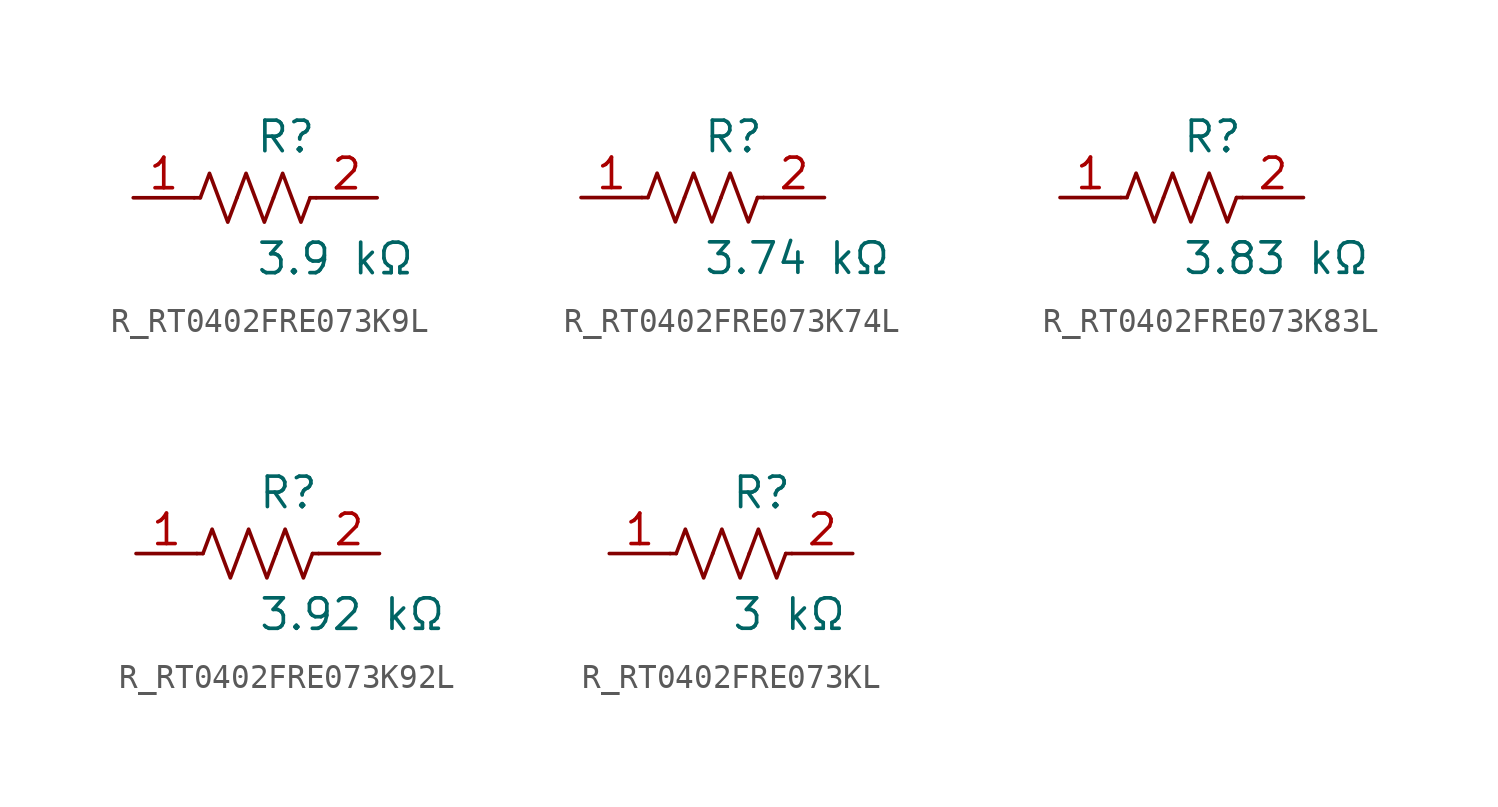
<source format=kicad_sym>
(kicad_symbol_lib
  (version 20231120)
  (generator kicad_symbol_editor)
  (generator_version 8.0)
  (symbol "R_RT0402FRE073K9L"
    (pin_names
      (offset 0.254))
    (property "Reference" "R"
      (at 0.0 2.54 0)
      (effects (font (size 1.27 1.27)) (justify left)))
    (property "Value" "3.9 kΩ"
      (at 0.0 -2.54 0)
      (effects (font (size 1.27 1.27)) (justify left)))
    (symbol "R_RT0402FRE073K9L_0_1"
      (polyline (pts (xy 2.286 0) (xy 2.54 0)) (stroke (width 0) (type default)) (fill (type none)))
      (polyline (pts (xy -2.286 0) (xy -2.54 0)) (stroke (width 0) (type default)) (fill (type none)))
      (polyline (pts (xy 0.762 0) (xy 1.143 1.016) (xy 1.524 0) (xy 1.905 -1.016) (xy 2.286 0)) (stroke (width 0) (type default)) (fill (type none)))
      (polyline (pts (xy -0.762 0) (xy -0.381 1.016) (xy 0 0) (xy 0.381 -1.016) (xy 0.762 0)) (stroke (width 0) (type default)) (fill (type none)))
      (polyline (pts (xy -2.286 0) (xy -1.905 1.016) (xy -1.524 0) (xy -1.143 -1.016) (xy -0.762 0)) (stroke (width 0) (type default)) (fill (type none))))
    (pin unspecified line
      (at -5.08 0 0)
      (length 2.54)
      (name "" (effects (font (size 1.27 1.27))))
      (number "1" (effects (font (size 1.27 1.27)))))
    (pin unspecified line
      (at 5.08 0 180)
      (length 2.54)
      (name "" (effects (font (size 1.27 1.27))))
      (number "2" (effects (font (size 1.27 1.27))))))
  (symbol "R_RT0402FRE073K74L"
    (pin_names
      (offset 0.254))
    (property "Reference" "R"
      (at 0.0 2.54 0)
      (effects (font (size 1.27 1.27)) (justify left)))
    (property "Value" "3.74 kΩ"
      (at 0.0 -2.54 0)
      (effects (font (size 1.27 1.27)) (justify left)))
    (symbol "R_RT0402FRE073K74L_0_1"
      (polyline (pts (xy 2.286 0) (xy 2.54 0)) (stroke (width 0) (type default)) (fill (type none)))
      (polyline (pts (xy -2.286 0) (xy -2.54 0)) (stroke (width 0) (type default)) (fill (type none)))
      (polyline (pts (xy 0.762 0) (xy 1.143 1.016) (xy 1.524 0) (xy 1.905 -1.016) (xy 2.286 0)) (stroke (width 0) (type default)) (fill (type none)))
      (polyline (pts (xy -0.762 0) (xy -0.381 1.016) (xy 0 0) (xy 0.381 -1.016) (xy 0.762 0)) (stroke (width 0) (type default)) (fill (type none)))
      (polyline (pts (xy -2.286 0) (xy -1.905 1.016) (xy -1.524 0) (xy -1.143 -1.016) (xy -0.762 0)) (stroke (width 0) (type default)) (fill (type none))))
    (pin unspecified line
      (at -5.08 0 0)
      (length 2.54)
      (name "" (effects (font (size 1.27 1.27))))
      (number "1" (effects (font (size 1.27 1.27)))))
    (pin unspecified line
      (at 5.08 0 180)
      (length 2.54)
      (name "" (effects (font (size 1.27 1.27))))
      (number "2" (effects (font (size 1.27 1.27))))))
  (symbol "R_RT0402FRE073K83L"
    (pin_names
      (offset 0.254))
    (property "Reference" "R"
      (at 0.0 2.54 0)
      (effects (font (size 1.27 1.27)) (justify left)))
    (property "Value" "3.83 kΩ"
      (at 0.0 -2.54 0)
      (effects (font (size 1.27 1.27)) (justify left)))
    (symbol "R_RT0402FRE073K83L_0_1"
      (polyline (pts (xy 2.286 0) (xy 2.54 0)) (stroke (width 0) (type default)) (fill (type none)))
      (polyline (pts (xy -2.286 0) (xy -2.54 0)) (stroke (width 0) (type default)) (fill (type none)))
      (polyline (pts (xy 0.762 0) (xy 1.143 1.016) (xy 1.524 0) (xy 1.905 -1.016) (xy 2.286 0)) (stroke (width 0) (type default)) (fill (type none)))
      (polyline (pts (xy -0.762 0) (xy -0.381 1.016) (xy 0 0) (xy 0.381 -1.016) (xy 0.762 0)) (stroke (width 0) (type default)) (fill (type none)))
      (polyline (pts (xy -2.286 0) (xy -1.905 1.016) (xy -1.524 0) (xy -1.143 -1.016) (xy -0.762 0)) (stroke (width 0) (type default)) (fill (type none))))
    (pin unspecified line
      (at -5.08 0 0)
      (length 2.54)
      (name "" (effects (font (size 1.27 1.27))))
      (number "1" (effects (font (size 1.27 1.27)))))
    (pin unspecified line
      (at 5.08 0 180)
      (length 2.54)
      (name "" (effects (font (size 1.27 1.27))))
      (number "2" (effects (font (size 1.27 1.27))))))
  (symbol "R_RT0402FRE073K92L"
    (pin_names
      (offset 0.254))
    (property "Reference" "R"
      (at 0.0 2.54 0)
      (effects (font (size 1.27 1.27)) (justify left)))
    (property "Value" "3.92 kΩ"
      (at 0.0 -2.54 0)
      (effects (font (size 1.27 1.27)) (justify left)))
    (symbol "R_RT0402FRE073K92L_0_1"
      (polyline (pts (xy 2.286 0) (xy 2.54 0)) (stroke (width 0) (type default)) (fill (type none)))
      (polyline (pts (xy -2.286 0) (xy -2.54 0)) (stroke (width 0) (type default)) (fill (type none)))
      (polyline (pts (xy 0.762 0) (xy 1.143 1.016) (xy 1.524 0) (xy 1.905 -1.016) (xy 2.286 0)) (stroke (width 0) (type default)) (fill (type none)))
      (polyline (pts (xy -0.762 0) (xy -0.381 1.016) (xy 0 0) (xy 0.381 -1.016) (xy 0.762 0)) (stroke (width 0) (type default)) (fill (type none)))
      (polyline (pts (xy -2.286 0) (xy -1.905 1.016) (xy -1.524 0) (xy -1.143 -1.016) (xy -0.762 0)) (stroke (width 0) (type default)) (fill (type none))))
    (pin unspecified line
      (at -5.08 0 0)
      (length 2.54)
      (name "" (effects (font (size 1.27 1.27))))
      (number "1" (effects (font (size 1.27 1.27)))))
    (pin unspecified line
      (at 5.08 0 180)
      (length 2.54)
      (name "" (effects (font (size 1.27 1.27))))
      (number "2" (effects (font (size 1.27 1.27))))))
  (symbol "R_RT0402FRE073KL"
    (pin_names
      (offset 0.254))
    (property "Reference" "R"
      (at 0.0 2.54 0)
      (effects (font (size 1.27 1.27)) (justify left)))
    (property "Value" "3 kΩ"
      (at 0.0 -2.54 0)
      (effects (font (size 1.27 1.27)) (justify left)))
    (symbol "R_RT0402FRE073KL_0_1"
      (polyline (pts (xy 2.286 0) (xy 2.54 0)) (stroke (width 0) (type default)) (fill (type none)))
      (polyline (pts (xy -2.286 0) (xy -2.54 0)) (stroke (width 0) (type default)) (fill (type none)))
      (polyline (pts (xy 0.762 0) (xy 1.143 1.016) (xy 1.524 0) (xy 1.905 -1.016) (xy 2.286 0)) (stroke (width 0) (type default)) (fill (type none)))
      (polyline (pts (xy -0.762 0) (xy -0.381 1.016) (xy 0 0) (xy 0.381 -1.016) (xy 0.762 0)) (stroke (width 0) (type default)) (fill (type none)))
      (polyline (pts (xy -2.286 0) (xy -1.905 1.016) (xy -1.524 0) (xy -1.143 -1.016) (xy -0.762 0)) (stroke (width 0) (type default)) (fill (type none))))
    (pin unspecified line
      (at -5.08 0 0)
      (length 2.54)
      (name "" (effects (font (size 1.27 1.27))))
      (number "1" (effects (font (size 1.27 1.27)))))
    (pin unspecified line
      (at 5.08 0 180)
      (length 2.54)
      (name "" (effects (font (size 1.27 1.27))))
      (number "2" (effects (font (size 1.27 1.27)))))))
</source>
